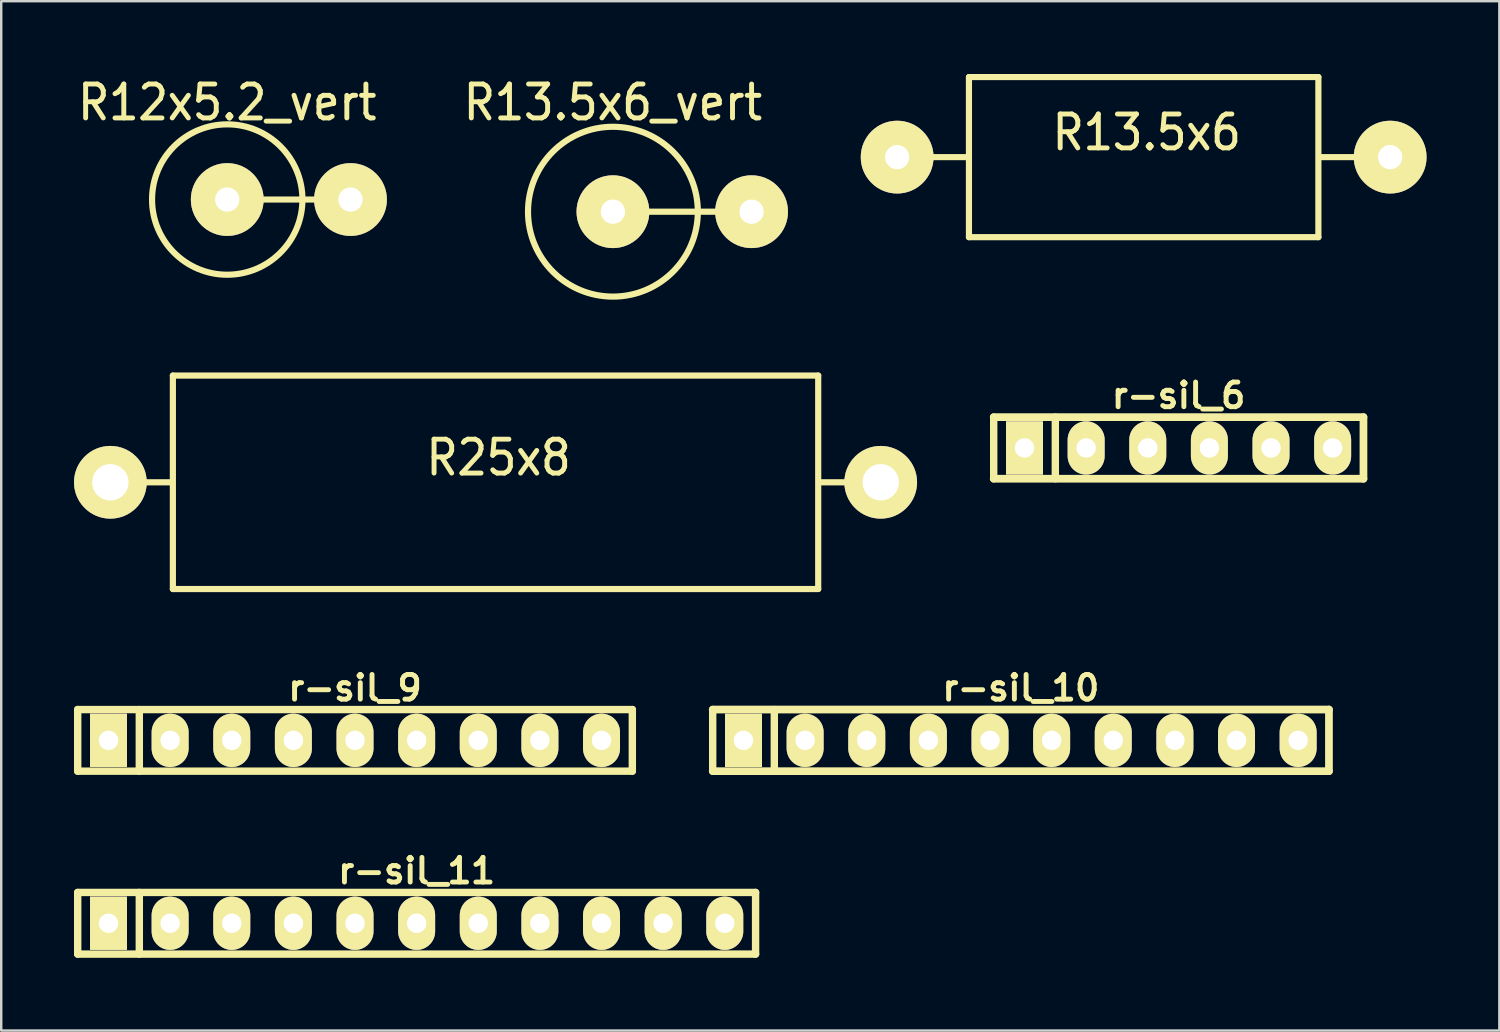
<source format=kicad_pcb>
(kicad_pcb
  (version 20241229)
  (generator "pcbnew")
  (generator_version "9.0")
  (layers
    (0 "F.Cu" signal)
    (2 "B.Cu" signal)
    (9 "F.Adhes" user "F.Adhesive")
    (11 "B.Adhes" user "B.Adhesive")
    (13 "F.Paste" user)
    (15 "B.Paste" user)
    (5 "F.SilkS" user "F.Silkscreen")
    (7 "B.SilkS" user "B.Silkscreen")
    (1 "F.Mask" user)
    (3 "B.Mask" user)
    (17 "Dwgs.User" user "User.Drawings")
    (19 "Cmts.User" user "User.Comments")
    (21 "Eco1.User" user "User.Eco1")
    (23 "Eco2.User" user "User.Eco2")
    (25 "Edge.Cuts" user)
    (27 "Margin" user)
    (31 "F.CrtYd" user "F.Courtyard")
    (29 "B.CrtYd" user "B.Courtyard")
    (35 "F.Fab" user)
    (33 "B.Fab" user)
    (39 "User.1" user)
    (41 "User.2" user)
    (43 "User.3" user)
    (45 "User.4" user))
  (footprint "R13.5x6"
    (layer "F.Cu")
    (at 44.087 3.426)
    (property "Reference" "R13.5x6" (at 0.127 -1.016 0) (layer "F.SilkS") (effects (font (size 1.397 1.27) (thickness 0.203))))
    (attr through_hole)
    (fp_line (start -7.252 0) (end -10.003 0) (stroke (width 0.254) (type solid)) (layer "F.SilkS"))
    (fp_line (start -7.201 -3.299) (end 7.201 -3.299) (stroke (width 0.254) (type solid)) (layer "F.SilkS"))
    (fp_line (start -7.201 3.299) (end -7.201 -3.299) (stroke (width 0.254) (type solid)) (layer "F.SilkS"))
    (fp_line (start 7.201 -3.299) (end 7.201 3.299) (stroke (width 0.254) (type solid)) (layer "F.SilkS"))
    (fp_line (start 7.201 3.299) (end -7.201 3.299) (stroke (width 0.254) (type solid)) (layer "F.SilkS"))
    (fp_line (start 7.252 0) (end 10.003 0) (stroke (width 0.254) (type solid)) (layer "F.SilkS"))
    (pad "1" thru_hole circle (at -10.16 0) (size 3 3) (drill 1.001) (layers "*.Cu" "*.Mask" "F.SilkS"))
    (pad "2" thru_hole circle (at 10.16 0) (size 3 3) (drill 1.001) (layers "*.Cu" "*.Mask" "F.SilkS")))
  (footprint "r-sil_6"
    (layer "F.Cu")
    (at 45.526 15.412)
    (property "Reference" "r-sil_6" (at 0 -2.159 0) (layer "F.SilkS") (effects (font (size 1.016 1.016) (thickness 0.203))))
    (attr through_hole)
    (fp_line (start -7.62 -1.27) (end 7.62 -1.27) (stroke (width 0.318) (type solid)) (layer "F.SilkS"))
    (fp_line (start -7.62 1.27) (end -7.62 -1.27) (stroke (width 0.305) (type solid)) (layer "F.SilkS"))
    (fp_line (start -5.08 -1.27) (end -5.08 1.27) (stroke (width 0.305) (type solid)) (layer "F.SilkS"))
    (fp_line (start 7.62 -1.27) (end 7.62 1.27) (stroke (width 0.318) (type solid)) (layer "F.SilkS"))
    (fp_line (start 7.62 1.27) (end -7.62 1.27) (stroke (width 0.318) (type solid)) (layer "F.SilkS"))
    (pad "1" thru_hole rect (at -6.35 0) (size 1.524 2.197) (drill 0.8) (layers "*.Cu" "*.Mask" "F.SilkS"))
    (pad "2" thru_hole oval (at -3.81 0) (size 1.524 2.197) (drill 0.8) (layers "*.Cu" "*.Mask" "F.SilkS"))
    (pad "3" thru_hole oval (at -1.27 0) (size 1.524 2.197) (drill 0.8) (layers "*.Cu" "*.Mask" "F.SilkS"))
    (pad "4" thru_hole oval (at 1.27 0) (size 1.524 2.197) (drill 0.8) (layers "*.Cu" "*.Mask" "F.SilkS"))
    (pad "5" thru_hole oval (at 3.81 0) (size 1.524 2.197) (drill 0.8) (layers "*.Cu" "*.Mask" "F.SilkS"))
    (pad "6" thru_hole oval (at 6.35 0) (size 1.524 2.197) (drill 0.8) (layers "*.Cu" "*.Mask" "F.SilkS")))
  (footprint "r-sil_9"
    (layer "F.Cu")
    (at 11.582 27.464)
    (property "Reference" "r-sil_9" (at 0 -2.159 0) (layer "F.SilkS") (effects (font (size 1.016 1.016) (thickness 0.203))))
    (attr through_hole)
    (fp_line (start -11.43 -1.27) (end 11.43 -1.27) (stroke (width 0.305) (type solid)) (layer "F.SilkS"))
    (fp_line (start -11.43 1.27) (end -11.43 -1.27) (stroke (width 0.305) (type solid)) (layer "F.SilkS"))
    (fp_line (start -8.89 -1.27) (end -8.89 1.27) (stroke (width 0.305) (type solid)) (layer "F.SilkS"))
    (fp_line (start 11.43 -1.27) (end 11.43 1.27) (stroke (width 0.305) (type solid)) (layer "F.SilkS"))
    (fp_line (start 11.43 1.27) (end -11.43 1.27) (stroke (width 0.305) (type solid)) (layer "F.SilkS"))
    (pad "1" thru_hole rect (at -10.16 0) (size 1.524 2.2) (drill 0.8) (layers "*.Cu" "*.Mask" "F.SilkS"))
    (pad "2" thru_hole oval (at -7.62 0) (size 1.524 2.2) (drill 0.8) (layers "*.Cu" "*.Mask" "F.SilkS"))
    (pad "3" thru_hole oval (at -5.08 0) (size 1.524 2.2) (drill 0.8) (layers "*.Cu" "*.Mask" "F.SilkS"))
    (pad "4" thru_hole oval (at -2.54 0) (size 1.524 2.2) (drill 0.8) (layers "*.Cu" "*.Mask" "F.SilkS"))
    (pad "5" thru_hole oval (at 0 0) (size 1.524 2.2) (drill 0.8) (layers "*.Cu" "*.Mask" "F.SilkS"))
    (pad "6" thru_hole oval (at 2.54 0) (size 1.524 2.2) (drill 0.8) (layers "*.Cu" "*.Mask" "F.SilkS"))
    (pad "7" thru_hole oval (at 5.08 0) (size 1.524 2.2) (drill 0.8) (layers "*.Cu" "*.Mask" "F.SilkS"))
    (pad "8" thru_hole oval (at 7.62 0) (size 1.524 2.2) (drill 0.8) (layers "*.Cu" "*.Mask" "F.SilkS"))
    (pad "9" thru_hole oval (at 10.16 0) (size 1.524 2.2) (drill 0.8) (layers "*.Cu" "*.Mask" "F.SilkS")))
  (footprint "R12x5.2_vert"
    (layer "F.Cu")
    (at 6.316 5.174)
    (property "Reference" "R12x5.2_vert" (at 0 -4 0) (layer "F.SilkS") (effects (font (size 1.397 1.27) (thickness 0.203))))
    (attr through_hole)
    (fp_line (start 0 0) (end 5.1 0) (stroke (width 0.254) (type solid)) (layer "F.SilkS"))
    (fp_circle (center 0 0) (end -3.099 0) (stroke (width 0.254) (type solid)) (fill no) (layer "F.SilkS"))
    (pad "1" thru_hole circle (at 0 0) (size 3 3) (drill 1.001) (layers "*.Cu" "*.Mask" "F.SilkS"))
    (pad "2" thru_hole circle (at 5.08 0) (size 3 3) (drill 1.001) (layers "*.Cu" "*.Mask" "F.SilkS")))
  (footprint "r-sil_11"
    (layer "F.Cu")
    (at 14.122 35.003)
    (property "Reference" "r-sil_11" (at 0 -2.159 0) (layer "F.SilkS") (effects (font (size 1.016 1.016) (thickness 0.203))))
    (attr through_hole)
    (fp_line (start -13.97 -1.27) (end -13.97 1.27) (stroke (width 0.305) (type solid)) (layer "F.SilkS"))
    (fp_line (start -13.97 -1.27) (end 13.97 -1.27) (stroke (width 0.305) (type solid)) (layer "F.SilkS"))
    (fp_line (start -11.43 1.27) (end -11.43 -1.27) (stroke (width 0.305) (type solid)) (layer "F.SilkS"))
    (fp_line (start 13.97 -1.27) (end 13.97 1.27) (stroke (width 0.305) (type solid)) (layer "F.SilkS"))
    (fp_line (start 13.97 1.27) (end -13.97 1.27) (stroke (width 0.305) (type solid)) (layer "F.SilkS"))
    (pad "1" thru_hole rect (at -12.7 0) (size 1.524 2.197) (drill 0.8) (layers "*.Cu" "*.Mask" "F.SilkS"))
    (pad "2" thru_hole oval (at -10.16 0) (size 1.524 2.197) (drill 0.8) (layers "*.Cu" "*.Mask" "F.SilkS"))
    (pad "3" thru_hole oval (at -7.62 0) (size 1.524 2.197) (drill 0.8) (layers "*.Cu" "*.Mask" "F.SilkS"))
    (pad "4" thru_hole oval (at -5.08 0) (size 1.524 2.197) (drill 0.8) (layers "*.Cu" "*.Mask" "F.SilkS"))
    (pad "5" thru_hole oval (at -2.54 0) (size 1.524 2.197) (drill 0.8) (layers "*.Cu" "*.Mask" "F.SilkS"))
    (pad "6" thru_hole oval (at 0 0) (size 1.524 2.197) (drill 0.8) (layers "*.Cu" "*.Mask" "F.SilkS"))
    (pad "7" thru_hole oval (at 2.54 0) (size 1.524 2.197) (drill 0.8) (layers "*.Cu" "*.Mask" "F.SilkS"))
    (pad "8" thru_hole oval (at 5.08 0) (size 1.524 2.197) (drill 0.8) (layers "*.Cu" "*.Mask" "F.SilkS"))
    (pad "9" thru_hole oval (at 7.62 0) (size 1.524 2.197) (drill 0.8) (layers "*.Cu" "*.Mask" "F.SilkS"))
    (pad "10" thru_hole oval (at 10.16 0) (size 1.524 2.197) (drill 0.8) (layers "*.Cu" "*.Mask" "F.SilkS"))
    (pad "11" thru_hole oval (at 12.7 0) (size 1.524 2.197) (drill 0.8) (layers "*.Cu" "*.Mask" "F.SilkS")))
  (footprint "R13.5x6_vert"
    (layer "F.Cu")
    (at 22.212 5.675)
    (property "Reference" "R13.5x6_vert" (at 0 -4.501 0) (layer "F.SilkS") (effects (font (size 1.397 1.27) (thickness 0.203))))
    (attr through_hole)
    (fp_line (start 0 0) (end 5.7 0) (stroke (width 0.254) (type solid)) (layer "F.SilkS"))
    (fp_circle (center 0 0) (end -3.5 0) (stroke (width 0.254) (type solid)) (fill no) (layer "F.SilkS"))
    (pad "1" thru_hole circle (at 0 0) (size 3 3) (drill 1.001) (layers "*.Cu" "*.Mask" "F.SilkS"))
    (pad "2" thru_hole circle (at 5.715 0) (size 3 3) (drill 1.001) (layers "*.Cu" "*.Mask" "F.SilkS")))
  (footprint "r-sil_10"
    (layer "F.Cu")
    (at 39.024 27.464)
    (property "Reference" "r-sil_10" (at 0 -2.159 0) (layer "F.SilkS") (effects (font (size 1.016 1.016) (thickness 0.203))))
    (attr through_hole)
    (fp_line (start -12.7 -1.27) (end -12.7 1.27) (stroke (width 0.305) (type solid)) (layer "F.SilkS"))
    (fp_line (start -12.7 -1.27) (end 12.7 -1.27) (stroke (width 0.318) (type solid)) (layer "F.SilkS"))
    (fp_line (start -10.16 1.27) (end -10.16 -1.27) (stroke (width 0.305) (type solid)) (layer "F.SilkS"))
    (fp_line (start 12.7 -1.27) (end 12.7 1.27) (stroke (width 0.318) (type solid)) (layer "F.SilkS"))
    (fp_line (start 12.7 1.27) (end -12.7 1.27) (stroke (width 0.318) (type solid)) (layer "F.SilkS"))
    (pad "1" thru_hole rect (at -11.43 0) (size 1.524 2.197) (drill 0.8) (layers "*.Cu" "*.Mask" "F.SilkS"))
    (pad "2" thru_hole oval (at -8.89 0) (size 1.524 2.197) (drill 0.8) (layers "*.Cu" "*.Mask" "F.SilkS"))
    (pad "3" thru_hole oval (at -6.35 0) (size 1.524 2.197) (drill 0.8) (layers "*.Cu" "*.Mask" "F.SilkS"))
    (pad "4" thru_hole oval (at -3.81 0) (size 1.524 2.197) (drill 0.8) (layers "*.Cu" "*.Mask" "F.SilkS"))
    (pad "5" thru_hole oval (at -1.27 0) (size 1.524 2.197) (drill 0.8) (layers "*.Cu" "*.Mask" "F.SilkS"))
    (pad "6" thru_hole oval (at 1.27 0) (size 1.524 2.197) (drill 0.8) (layers "*.Cu" "*.Mask" "F.SilkS"))
    (pad "7" thru_hole oval (at 3.81 0) (size 1.524 2.197) (drill 0.8) (layers "*.Cu" "*.Mask" "F.SilkS"))
    (pad "8" thru_hole oval (at 6.35 0) (size 1.524 2.197) (drill 0.8) (layers "*.Cu" "*.Mask" "F.SilkS"))
    (pad "9" thru_hole oval (at 8.89 0) (size 1.524 2.197) (drill 0.8) (layers "*.Cu" "*.Mask" "F.SilkS"))
    (pad "10" thru_hole oval (at 11.43 0) (size 1.524 2.197) (drill 0.8) (layers "*.Cu" "*.Mask" "F.SilkS")))
  (footprint "R25x8"
    (layer "F.Cu")
    (at 17.374 16.828)
    (property "Reference" "R25x8" (at 0.127 -1.016 0) (layer "F.SilkS") (effects (font (size 1.397 1.27) (thickness 0.203))))
    (attr through_hole)
    (fp_line (start -13.353 0) (end -16.104 0) (stroke (width 0.254) (type solid)) (layer "F.SilkS"))
    (fp_line (start -13.299 -4.399) (end 13.299 -4.399) (stroke (width 0.254) (type solid)) (layer "F.SilkS"))
    (fp_line (start -13.299 4.399) (end -13.299 -4.399) (stroke (width 0.254) (type solid)) (layer "F.SilkS"))
    (fp_line (start 13.299 -4.399) (end 13.299 4.399) (stroke (width 0.254) (type solid)) (layer "F.SilkS"))
    (fp_line (start 13.299 4.399) (end -13.299 4.399) (stroke (width 0.254) (type solid)) (layer "F.SilkS"))
    (fp_line (start 13.35 0) (end 16.101 0) (stroke (width 0.254) (type solid)) (layer "F.SilkS"))
    (pad "1" thru_hole circle (at -15.875 0) (size 2.997 2.997) (drill 1.499) (layers "*.Cu" "*.Mask" "F.SilkS"))
    (pad "2" thru_hole circle (at 15.875 0) (size 2.997 2.997) (drill 1.499) (layers "*.Cu" "*.Mask" "F.SilkS")))
  (gr_rect
    (start -3 -3)
    (end 58.747 39.426)
    (stroke (width 0.1) (type default))
    (fill no)
    (layer "Edge.Cuts")))
</source>
